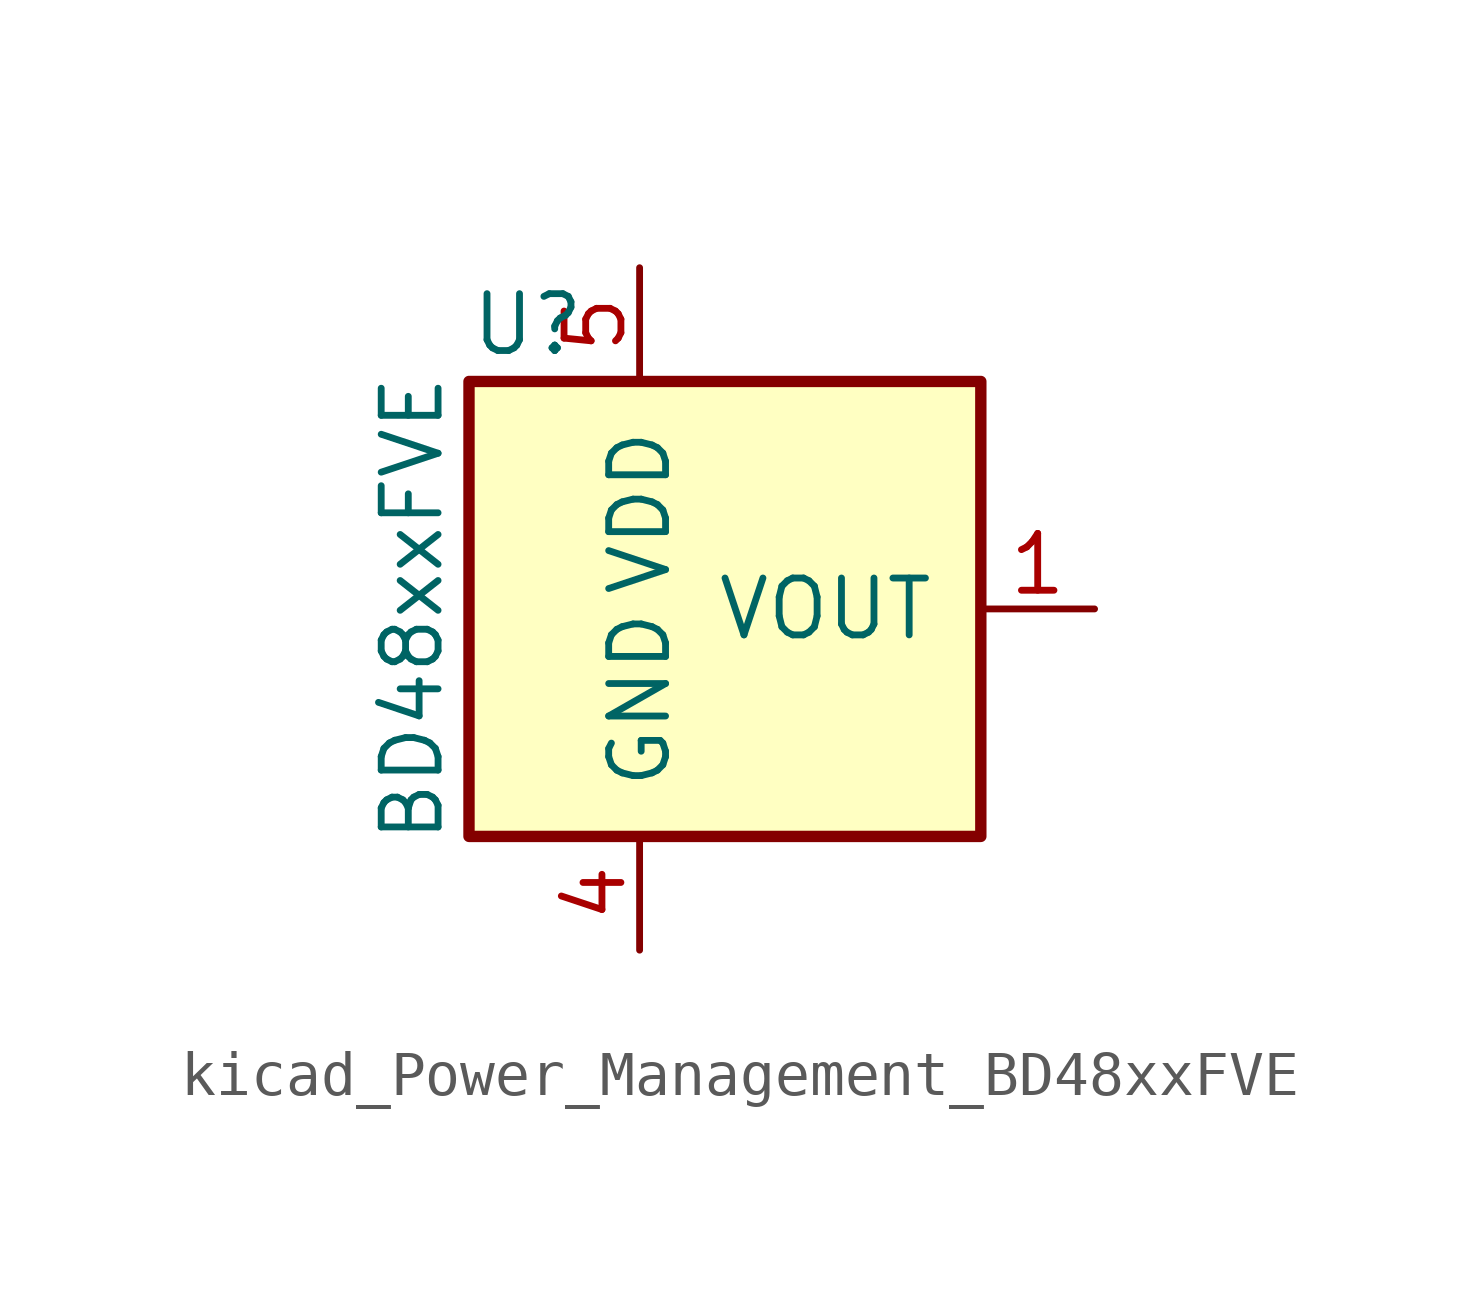
<source format=kicad_sym>
(kicad_symbol_lib
  (version 20220914)
  (generator kicad_symbol_editor)
  (symbol "kicad_Power_Management_BD48xxFVE"
    (pin_names
      (offset 1.016))
    (property "Reference" "U"
      (at -3.81 6.35 0)
      (effects (font (size 1.27 1.27)) (justify left)))
    (property "Value" "BD48xxFVE"
      (at -5.08 0 90)
      (effects (font (size 1.27 1.27))))
    (symbol "kicad_Power_Management_BD48xxFVE_1_1"
      (rectangle (start -3.81 5.08) (end 7.62 -5.08) (stroke (width 0.254) (type default)) (fill (type background)))
      (pin output line (at 10.16 0 180) (length 2.54) (name "VOUT" (effects (font (size 1.27 1.27)))) (number "1" (effects (font (size 1.27 1.27)))))
      (pin passive line (at 0 -7.62 90) (length 2.54) hide (name "GND" (effects (font (size 1.27 1.27)))) (number "2" (effects (font (size 1.27 1.27)))))
      (pin power_in line (at 0 -7.62 90) (length 2.54) (name "GND" (effects (font (size 1.27 1.27)))) (number "4" (effects (font (size 1.27 1.27)))))
      (pin power_in line (at 0 7.62 270) (length 2.54) (name "VDD" (effects (font (size 1.27 1.27)))) (number "5" (effects (font (size 1.27 1.27))))))))
</source>
